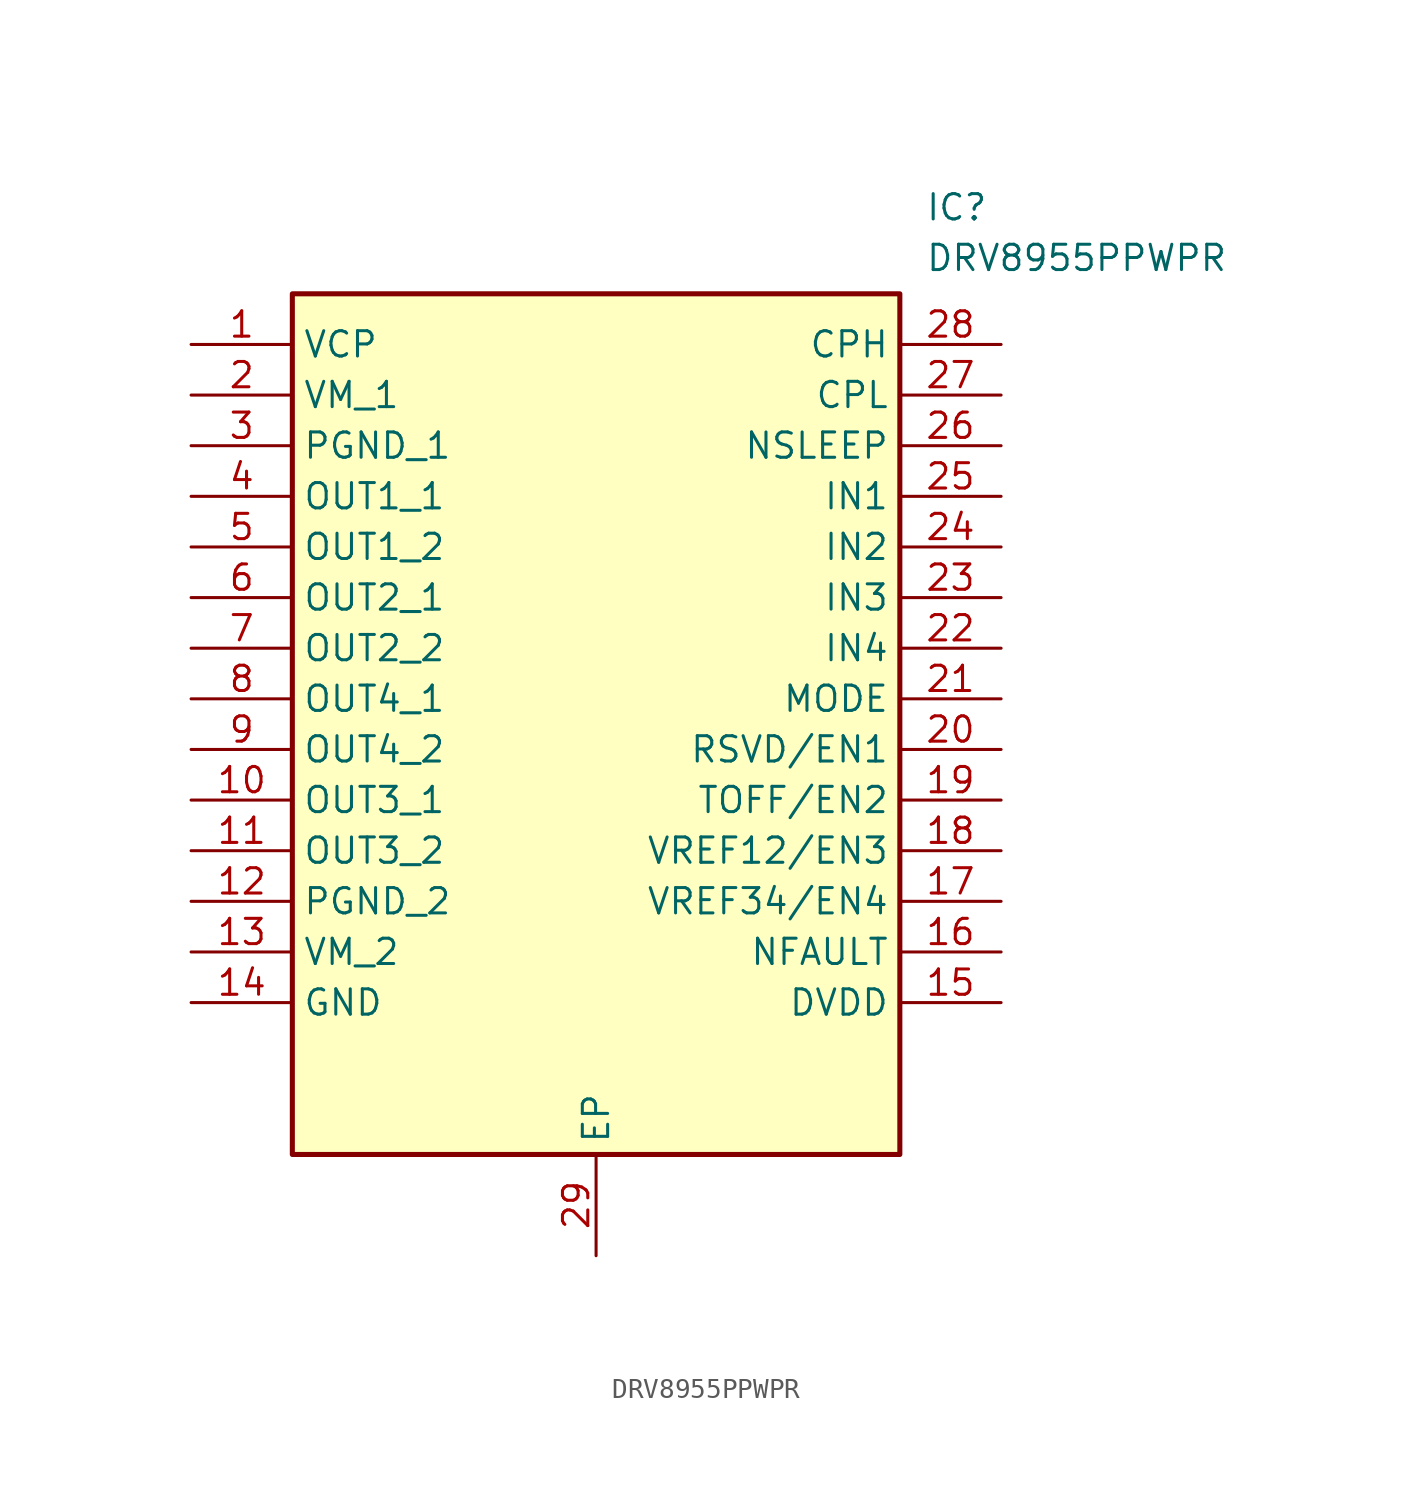
<source format=kicad_sym>
(kicad_symbol_lib
  (version 20211014)
  (generator SamacSys_ECAD_Model)
  (symbol "DRV8955PPWPR"
    (property "Reference" "IC"
      (at 36.83 7.62 0)
      (effects (font (size 1.27 1.27)) (justify left top)))
    (property "Value" "DRV8955PPWPR"
      (at 36.83 5.08 0)
      (effects (font (size 1.27 1.27)) (justify left top)))
    (rectangle
      (start 5.08 2.54)
      (end 35.56 -40.64)
      (stroke (width 0.254) (type default))
      (fill (type background)))
    (pin passive line
      (at 0 0 0)
      (length 5.08)
      (name "VCP" (effects (font (size 1.27 1.27))))
      (number "1" (effects (font (size 1.27 1.27)))))
    (pin passive line
      (at 0 -2.54 0)
      (length 5.08)
      (name "VM_1" (effects (font (size 1.27 1.27))))
      (number "2" (effects (font (size 1.27 1.27)))))
    (pin passive line
      (at 0 -5.08 0)
      (length 5.08)
      (name "PGND_1" (effects (font (size 1.27 1.27))))
      (number "3" (effects (font (size 1.27 1.27)))))
    (pin passive line
      (at 0 -7.62 0)
      (length 5.08)
      (name "OUT1_1" (effects (font (size 1.27 1.27))))
      (number "4" (effects (font (size 1.27 1.27)))))
    (pin passive line
      (at 0 -10.16 0)
      (length 5.08)
      (name "OUT1_2" (effects (font (size 1.27 1.27))))
      (number "5" (effects (font (size 1.27 1.27)))))
    (pin passive line
      (at 0 -12.7 0)
      (length 5.08)
      (name "OUT2_1" (effects (font (size 1.27 1.27))))
      (number "6" (effects (font (size 1.27 1.27)))))
    (pin passive line
      (at 0 -15.24 0)
      (length 5.08)
      (name "OUT2_2" (effects (font (size 1.27 1.27))))
      (number "7" (effects (font (size 1.27 1.27)))))
    (pin passive line
      (at 0 -17.78 0)
      (length 5.08)
      (name "OUT4_1" (effects (font (size 1.27 1.27))))
      (number "8" (effects (font (size 1.27 1.27)))))
    (pin passive line
      (at 0 -20.32 0)
      (length 5.08)
      (name "OUT4_2" (effects (font (size 1.27 1.27))))
      (number "9" (effects (font (size 1.27 1.27)))))
    (pin passive line
      (at 0 -22.86 0)
      (length 5.08)
      (name "OUT3_1" (effects (font (size 1.27 1.27))))
      (number "10" (effects (font (size 1.27 1.27)))))
    (pin passive line
      (at 0 -25.4 0)
      (length 5.08)
      (name "OUT3_2" (effects (font (size 1.27 1.27))))
      (number "11" (effects (font (size 1.27 1.27)))))
    (pin passive line
      (at 0 -27.94 0)
      (length 5.08)
      (name "PGND_2" (effects (font (size 1.27 1.27))))
      (number "12" (effects (font (size 1.27 1.27)))))
    (pin passive line
      (at 0 -30.48 0)
      (length 5.08)
      (name "VM_2" (effects (font (size 1.27 1.27))))
      (number "13" (effects (font (size 1.27 1.27)))))
    (pin passive line
      (at 0 -33.02 0)
      (length 5.08)
      (name "GND" (effects (font (size 1.27 1.27))))
      (number "14" (effects (font (size 1.27 1.27)))))
    (pin passive line
      (at 20.32 -45.72 90)
      (length 5.08)
      (name "EP" (effects (font (size 1.27 1.27))))
      (number "29" (effects (font (size 1.27 1.27)))))
    (pin passive line
      (at 40.64 0 180)
      (length 5.08)
      (name "CPH" (effects (font (size 1.27 1.27))))
      (number "28" (effects (font (size 1.27 1.27)))))
    (pin passive line
      (at 40.64 -2.54 180)
      (length 5.08)
      (name "CPL" (effects (font (size 1.27 1.27))))
      (number "27" (effects (font (size 1.27 1.27)))))
    (pin passive line
      (at 40.64 -5.08 180)
      (length 5.08)
      (name "NSLEEP" (effects (font (size 1.27 1.27))))
      (number "26" (effects (font (size 1.27 1.27)))))
    (pin passive line
      (at 40.64 -7.62 180)
      (length 5.08)
      (name "IN1" (effects (font (size 1.27 1.27))))
      (number "25" (effects (font (size 1.27 1.27)))))
    (pin passive line
      (at 40.64 -10.16 180)
      (length 5.08)
      (name "IN2" (effects (font (size 1.27 1.27))))
      (number "24" (effects (font (size 1.27 1.27)))))
    (pin passive line
      (at 40.64 -12.7 180)
      (length 5.08)
      (name "IN3" (effects (font (size 1.27 1.27))))
      (number "23" (effects (font (size 1.27 1.27)))))
    (pin passive line
      (at 40.64 -15.24 180)
      (length 5.08)
      (name "IN4" (effects (font (size 1.27 1.27))))
      (number "22" (effects (font (size 1.27 1.27)))))
    (pin passive line
      (at 40.64 -17.78 180)
      (length 5.08)
      (name "MODE" (effects (font (size 1.27 1.27))))
      (number "21" (effects (font (size 1.27 1.27)))))
    (pin passive line
      (at 40.64 -20.32 180)
      (length 5.08)
      (name "RSVD/EN1" (effects (font (size 1.27 1.27))))
      (number "20" (effects (font (size 1.27 1.27)))))
    (pin passive line
      (at 40.64 -22.86 180)
      (length 5.08)
      (name "TOFF/EN2" (effects (font (size 1.27 1.27))))
      (number "19" (effects (font (size 1.27 1.27)))))
    (pin passive line
      (at 40.64 -25.4 180)
      (length 5.08)
      (name "VREF12/EN3" (effects (font (size 1.27 1.27))))
      (number "18" (effects (font (size 1.27 1.27)))))
    (pin passive line
      (at 40.64 -27.94 180)
      (length 5.08)
      (name "VREF34/EN4" (effects (font (size 1.27 1.27))))
      (number "17" (effects (font (size 1.27 1.27)))))
    (pin passive line
      (at 40.64 -30.48 180)
      (length 5.08)
      (name "NFAULT" (effects (font (size 1.27 1.27))))
      (number "16" (effects (font (size 1.27 1.27)))))
    (pin passive line
      (at 40.64 -33.02 180)
      (length 5.08)
      (name "DVDD" (effects (font (size 1.27 1.27))))
      (number "15" (effects (font (size 1.27 1.27)))))))
</source>
